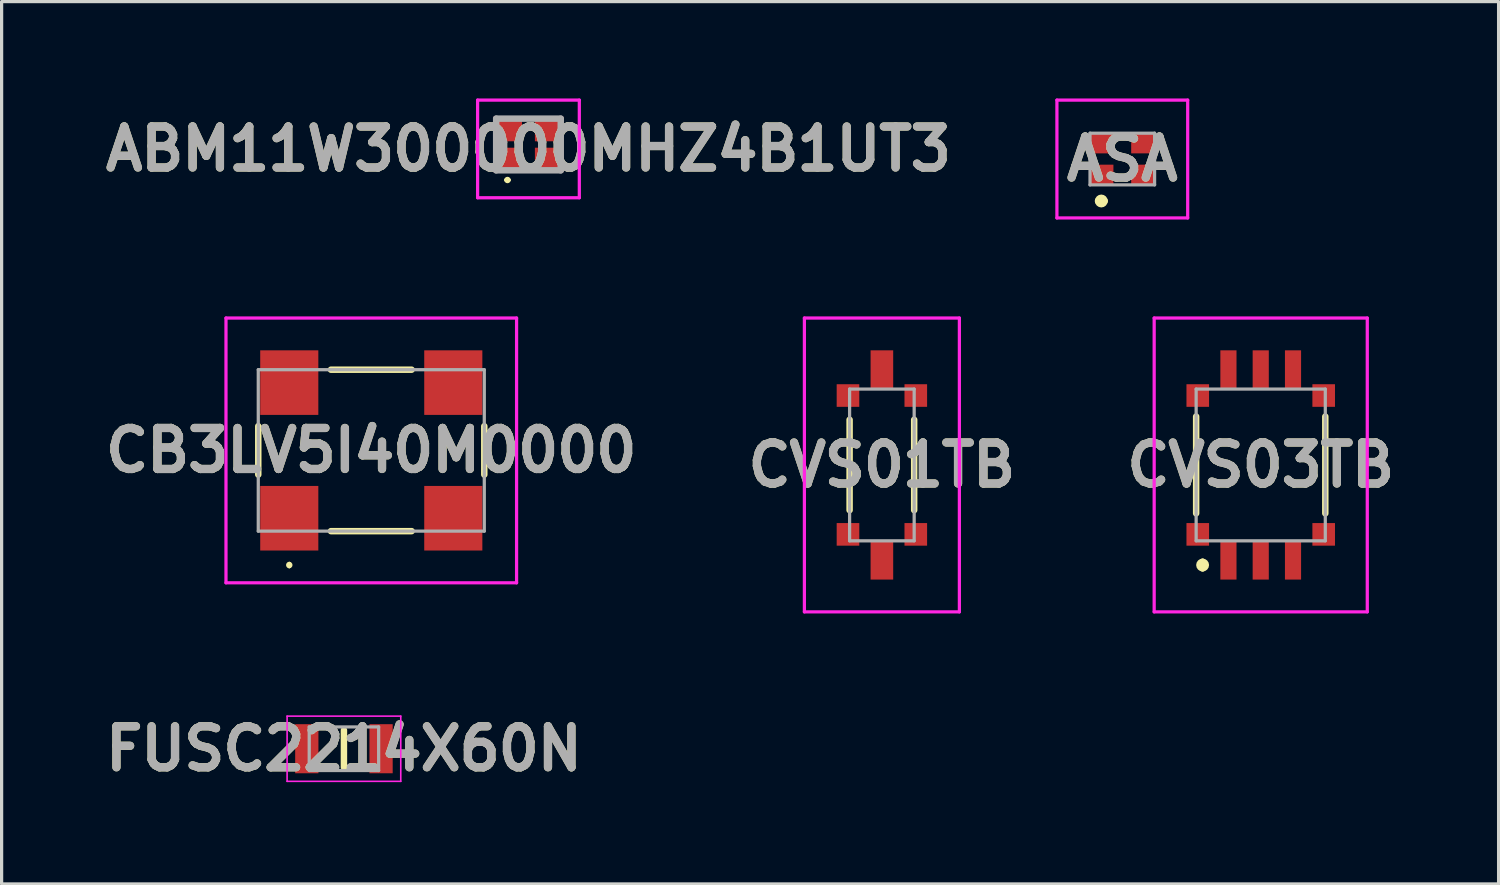
<source format=kicad_pcb>
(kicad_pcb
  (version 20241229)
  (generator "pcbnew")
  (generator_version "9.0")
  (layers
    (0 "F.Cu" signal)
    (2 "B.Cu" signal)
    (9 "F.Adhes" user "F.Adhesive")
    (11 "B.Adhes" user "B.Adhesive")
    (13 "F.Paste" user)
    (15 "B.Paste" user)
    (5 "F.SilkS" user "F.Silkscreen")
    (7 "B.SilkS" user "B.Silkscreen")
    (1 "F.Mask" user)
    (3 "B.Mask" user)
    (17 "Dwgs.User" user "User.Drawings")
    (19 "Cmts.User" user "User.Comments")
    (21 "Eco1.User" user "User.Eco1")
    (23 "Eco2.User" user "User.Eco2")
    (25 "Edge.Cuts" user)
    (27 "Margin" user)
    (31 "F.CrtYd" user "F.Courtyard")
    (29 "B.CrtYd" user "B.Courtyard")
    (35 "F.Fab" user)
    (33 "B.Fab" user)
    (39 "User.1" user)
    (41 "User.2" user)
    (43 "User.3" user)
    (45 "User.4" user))
  (footprint "CB3LV5I40M0000"
    (layer "F.Cu")
    (at 8.449 10.9)
    (property "Reference" "CB3LV5I40M0000" (at 0 0 0) (layer "F.SilkS") (effects (font (size 1.27 1.27) (thickness 0.254))))
    (attr smd)
    (fp_line (start -3.5 -0.75) (end -3.5 0.75) (stroke (width 0.2) (type solid)) (layer "F.SilkS"))
    (fp_line (start -2.54 3.5) (end -2.54 3.5) (stroke (width 0.1) (type solid)) (layer "F.SilkS"))
    (fp_line (start -2.54 3.6) (end -2.54 3.6) (stroke (width 0.1) (type solid)) (layer "F.SilkS"))
    (fp_line (start -1.25 -2.5) (end 1.25 -2.5) (stroke (width 0.2) (type solid)) (layer "F.SilkS"))
    (fp_line (start -1.25 2.5) (end 1.25 2.5) (stroke (width 0.2) (type solid)) (layer "F.SilkS"))
    (fp_line (start 3.5 -0.75) (end 3.5 0.75) (stroke (width 0.2) (type solid)) (layer "F.SilkS"))
    (fp_arc (start -2.54 3.5) (mid -2.49 3.55) (end -2.54 3.6) (stroke (width 0.1) (type solid)) (layer "F.SilkS"))
    (fp_arc (start -2.54 3.6) (mid -2.59 3.55) (end -2.54 3.5) (stroke (width 0.1) (type solid)) (layer "F.SilkS"))
    (fp_line (start -4.5 -4.1) (end 4.5 -4.1) (stroke (width 0.1) (type solid)) (layer "F.CrtYd"))
    (fp_line (start -4.5 4.1) (end -4.5 -4.1) (stroke (width 0.1) (type solid)) (layer "F.CrtYd"))
    (fp_line (start 4.5 -4.1) (end 4.5 4.1) (stroke (width 0.1) (type solid)) (layer "F.CrtYd"))
    (fp_line (start 4.5 4.1) (end -4.5 4.1) (stroke (width 0.1) (type solid)) (layer "F.CrtYd"))
    (fp_line (start -3.5 -2.5) (end 3.5 -2.5) (stroke (width 0.1) (type solid)) (layer "F.Fab"))
    (fp_line (start -3.5 2.5) (end -3.5 -2.5) (stroke (width 0.1) (type solid)) (layer "F.Fab"))
    (fp_line (start 3.5 -2.5) (end 3.5 2.5) (stroke (width 0.1) (type solid)) (layer "F.Fab"))
    (fp_line (start 3.5 2.5) (end -3.5 2.5) (stroke (width 0.1) (type solid)) (layer "F.Fab"))
    (fp_text user "${REFERENCE}" (at 0 0 0) (layer "F.Fab") (effects (font (size 1.27 1.27) (thickness 0.254))))
    (pad "1" smd rect (at -2.54 2.1) (size 1.8 2) (layers "F.Cu" "F.Mask" "F.Paste"))
    (pad "2" smd rect (at 2.54 2.1) (size 1.8 2) (layers "F.Cu" "F.Mask" "F.Paste"))
    (pad "3" smd rect (at 2.54 -2.1) (size 1.8 2) (layers "F.Cu" "F.Mask" "F.Paste"))
    (pad "4" smd rect (at -2.54 -2.1) (size 1.8 2) (layers "F.Cu" "F.Mask" "F.Paste")))
  (footprint "ABM11W300000MHZ4B1UT3"
    (layer "F.Cu")
    (at 13.317 1.425)
    (property "Reference" "ABM11W300000MHZ4B1UT3" (at 0 0.138 0) (layer "F.SilkS") (effects (font (size 1.27 1.27) (thickness 0.254))))
    (attr smd)
    (fp_line (start -0.7 1.1) (end -0.7 1.1) (stroke (width 0.1) (type solid)) (layer "F.SilkS"))
    (fp_line (start -0.6 1.1) (end -0.6 1.1) (stroke (width 0.1) (type solid)) (layer "F.SilkS"))
    (fp_arc (start -0.7 1.1) (mid -0.65 1.05) (end -0.6 1.1) (stroke (width 0.1) (type solid)) (layer "F.SilkS"))
    (fp_arc (start -0.6 1.1) (mid -0.65 1.15) (end -0.7 1.1) (stroke (width 0.1) (type solid)) (layer "F.SilkS"))
    (fp_line (start -1.575 -1.375) (end 1.575 -1.375) (stroke (width 0.1) (type solid)) (layer "F.CrtYd"))
    (fp_line (start -1.575 1.65) (end -1.575 -1.375) (stroke (width 0.1) (type solid)) (layer "F.CrtYd"))
    (fp_line (start 1.575 -1.375) (end 1.575 1.65) (stroke (width 0.1) (type solid)) (layer "F.CrtYd"))
    (fp_line (start 1.575 1.65) (end -1.575 1.65) (stroke (width 0.1) (type solid)) (layer "F.CrtYd"))
    (fp_line (start -1 -0.8) (end 1 -0.8) (stroke (width 0.2) (type solid)) (layer "F.Fab"))
    (fp_line (start -1 0.8) (end -1 -0.8) (stroke (width 0.2) (type solid)) (layer "F.Fab"))
    (fp_line (start 1 -0.8) (end 1 0.8) (stroke (width 0.2) (type solid)) (layer "F.Fab"))
    (fp_line (start 1 0.8) (end -1 0.8) (stroke (width 0.2) (type solid)) (layer "F.Fab"))
    (fp_text user "${REFERENCE}" (at 0 0.138 0) (layer "F.Fab") (effects (font (size 1.27 1.27) (thickness 0.254))))
    (pad "1" smd rect (at -0.638 0.487 90) (size 0.775 0.875) (layers "F.Cu" "F.Mask" "F.Paste"))
    (pad "2" smd rect (at 0.637 0.487 90) (size 0.775 0.875) (layers "F.Cu" "F.Mask" "F.Paste"))
    (pad "3" smd rect (at 0.637 -0.487 90) (size 0.775 0.875) (layers "F.Cu" "F.Mask" "F.Paste"))
    (pad "4" smd rect (at -0.638 -0.487 90) (size 0.775 0.875) (layers "F.Cu" "F.Mask" "F.Paste")))
  (footprint "CVS03TB"
    (layer "F.Cu")
    (at 35.996 11.35)
    (property "Reference" "CVS03TB" (at 0 0 0) (layer "F.SilkS") (effects (font (size 1.27 1.27) (thickness 0.254))))
    (attr smd)
    (fp_line (start -2 1.5) (end -2 -1.5) (stroke (width 0.2) (type solid)) (layer "F.SilkS"))
    (fp_line (start -1.8 3) (end -1.8 3) (stroke (width 0.2) (type solid)) (layer "F.SilkS"))
    (fp_line (start -1.8 3.2) (end -1.8 3.2) (stroke (width 0.2) (type solid)) (layer "F.SilkS"))
    (fp_line (start 2 1.5) (end 2 -1.5) (stroke (width 0.2) (type solid)) (layer "F.SilkS"))
    (fp_arc (start -1.8 3) (mid -1.7 3.1) (end -1.8 3.2) (stroke (width 0.2) (type solid)) (layer "F.SilkS"))
    (fp_arc (start -1.8 3.2) (mid -1.9 3.1) (end -1.8 3) (stroke (width 0.2) (type solid)) (layer "F.SilkS"))
    (fp_line (start -3.3 -4.55) (end 3.3 -4.55) (stroke (width 0.1) (type solid)) (layer "F.CrtYd"))
    (fp_line (start -3.3 4.55) (end -3.3 -4.55) (stroke (width 0.1) (type solid)) (layer "F.CrtYd"))
    (fp_line (start 3.3 -4.55) (end 3.3 4.55) (stroke (width 0.1) (type solid)) (layer "F.CrtYd"))
    (fp_line (start 3.3 4.55) (end -3.3 4.55) (stroke (width 0.1) (type solid)) (layer "F.CrtYd"))
    (fp_line (start -2 -2.35) (end 2 -2.35) (stroke (width 0.1) (type solid)) (layer "F.Fab"))
    (fp_line (start -2 2.35) (end -2 -2.35) (stroke (width 0.1) (type solid)) (layer "F.Fab"))
    (fp_line (start 2 -2.35) (end 2 2.35) (stroke (width 0.1) (type solid)) (layer "F.Fab"))
    (fp_line (start 2 2.35) (end -2 2.35) (stroke (width 0.1) (type solid)) (layer "F.Fab"))
    (fp_text user "${REFERENCE}" (at 0 0 0) (layer "F.Fab") (effects (font (size 1.27 1.27) (thickness 0.254))))
    (pad "A1" smd rect (at -1 2.95) (size 0.5 1.2) (layers "F.Cu" "F.Mask" "F.Paste"))
    (pad "A2" smd rect (at 0 2.95) (size 0.5 1.2) (layers "F.Cu" "F.Mask" "F.Paste"))
    (pad "A3" smd rect (at 1 2.95) (size 0.5 1.2) (layers "F.Cu" "F.Mask" "F.Paste"))
    (pad "B1" smd rect (at -1 -2.95) (size 0.5 1.2) (layers "F.Cu" "F.Mask" "F.Paste"))
    (pad "B2" smd rect (at 0 -2.95) (size 0.5 1.2) (layers "F.Cu" "F.Mask" "F.Paste"))
    (pad "B3" smd rect (at 1 -2.95) (size 0.5 1.2) (layers "F.Cu" "F.Mask" "F.Paste"))
    (pad "MP1" smd rect (at -1.95 -2.15) (size 0.7 0.7) (layers "F.Cu" "F.Mask" "F.Paste"))
    (pad "MP2" smd rect (at -1.95 2.15) (size 0.7 0.7) (layers "F.Cu" "F.Mask" "F.Paste"))
    (pad "MP3" smd rect (at 1.95 2.15) (size 0.7 0.7) (layers "F.Cu" "F.Mask" "F.Paste"))
    (pad "MP4" smd rect (at 1.95 -2.15) (size 0.7 0.7) (layers "F.Cu" "F.Mask" "F.Paste")))
  (footprint "CVS01TB"
    (layer "F.Cu")
    (at 24.263 11.35)
    (property "Reference" "CVS01TB" (at 0 0 0) (layer "F.SilkS") (effects (font (size 1.27 1.27) (thickness 0.254))))
    (attr smd)
    (fp_line (start -1 -1.4) (end -1 1.4) (stroke (width 0.2) (type solid)) (layer "F.SilkS"))
    (fp_line (start 1 1.4) (end 1 -1.4) (stroke (width 0.2) (type solid)) (layer "F.SilkS"))
    (fp_line (start -2.4 -4.55) (end 2.4 -4.55) (stroke (width 0.1) (type solid)) (layer "F.CrtYd"))
    (fp_line (start -2.4 4.55) (end -2.4 -4.55) (stroke (width 0.1) (type solid)) (layer "F.CrtYd"))
    (fp_line (start 2.4 -4.55) (end 2.4 4.55) (stroke (width 0.1) (type solid)) (layer "F.CrtYd"))
    (fp_line (start 2.4 4.55) (end -2.4 4.55) (stroke (width 0.1) (type solid)) (layer "F.CrtYd"))
    (fp_line (start -1 -2.35) (end 1 -2.35) (stroke (width 0.1) (type solid)) (layer "F.Fab"))
    (fp_line (start -1 2.35) (end -1 -2.35) (stroke (width 0.1) (type solid)) (layer "F.Fab"))
    (fp_line (start 1 -2.35) (end 1 2.35) (stroke (width 0.1) (type solid)) (layer "F.Fab"))
    (fp_line (start 1 2.35) (end -1 2.35) (stroke (width 0.1) (type solid)) (layer "F.Fab"))
    (fp_text user "${REFERENCE}" (at 0 0 0) (layer "F.Fab") (effects (font (size 1.27 1.27) (thickness 0.254))))
    (pad "1" smd rect (at 0 2.95) (size 0.7 1.2) (layers "F.Cu" "F.Mask" "F.Paste"))
    (pad "2" smd rect (at 0 -2.95) (size 0.7 1.2) (layers "F.Cu" "F.Mask" "F.Paste"))
    (pad "MP1" smd rect (at -1.05 2.15) (size 0.7 0.7) (layers "F.Cu" "F.Mask" "F.Paste"))
    (pad "MP2" smd rect (at 1.05 2.15) (size 0.7 0.7) (layers "F.Cu" "F.Mask" "F.Paste"))
    (pad "MP3" smd rect (at -1.05 -2.15) (size 0.7 0.7) (layers "F.Cu" "F.Mask" "F.Paste"))
    (pad "MP4" smd rect (at 1.05 -2.15) (size 0.7 0.7) (layers "F.Cu" "F.Mask" "F.Paste")))
  (footprint "FUSC2214X60N"
    (layer "F.Cu")
    (at 7.602 20.139)
    (property "Reference" "FUSC2214X60N" (at 0 0 0) (layer "F.SilkS") (effects (font (size 1.27 1.27) (thickness 0.254))))
    (attr smd)
    (fp_line (start 0 -0.575) (end 0 0.575) (stroke (width 0.2) (type solid)) (layer "F.SilkS"))
    (fp_line (start -1.76 -1.01) (end 1.76 -1.01) (stroke (width 0.05) (type solid)) (layer "F.CrtYd"))
    (fp_line (start -1.76 1.01) (end -1.76 -1.01) (stroke (width 0.05) (type solid)) (layer "F.CrtYd"))
    (fp_line (start 1.76 -1.01) (end 1.76 1.01) (stroke (width 0.05) (type solid)) (layer "F.CrtYd"))
    (fp_line (start 1.76 1.01) (end -1.76 1.01) (stroke (width 0.05) (type solid)) (layer "F.CrtYd"))
    (fp_line (start -1.075 -0.675) (end 1.075 -0.675) (stroke (width 0.1) (type solid)) (layer "F.Fab"))
    (fp_line (start -1.075 0.675) (end -1.075 -0.675) (stroke (width 0.1) (type solid)) (layer "F.Fab"))
    (fp_line (start 1.075 -0.675) (end 1.075 0.675) (stroke (width 0.1) (type solid)) (layer "F.Fab"))
    (fp_line (start 1.075 0.675) (end -1.075 0.675) (stroke (width 0.1) (type solid)) (layer "F.Fab"))
    (fp_text user "${REFERENCE}" (at 0 0 0) (layer "F.Fab") (effects (font (size 1.27 1.27) (thickness 0.254))))
    (pad "1" smd rect (at -1.15 0) (size 0.72 1.52) (layers "F.Cu" "F.Mask" "F.Paste"))
    (pad "2" smd rect (at 1.15 0) (size 0.72 1.52) (layers "F.Cu" "F.Mask" "F.Paste")))
  (footprint "ASA"
    (layer "F.Cu")
    (at 31.709 1.875)
    (property "Reference" "ASA" (at 0 0 0) (layer "F.SilkS") (effects (font (size 1.27 1.27) (thickness 0.254))))
    (attr smd)
    (fp_line (start -0.75 1.3) (end -0.75 1.3) (stroke (width 0.2) (type solid)) (layer "F.SilkS"))
    (fp_line (start -0.55 1.3) (end -0.55 1.3) (stroke (width 0.2) (type solid)) (layer "F.SilkS"))
    (fp_arc (start -0.75 1.3) (mid -0.65 1.2) (end -0.55 1.3) (stroke (width 0.2) (type solid)) (layer "F.SilkS"))
    (fp_arc (start -0.55 1.3) (mid -0.65 1.4) (end -0.75 1.3) (stroke (width 0.2) (type solid)) (layer "F.SilkS"))
    (fp_line (start -2.025 -1.825) (end 2.025 -1.825) (stroke (width 0.1) (type solid)) (layer "F.CrtYd"))
    (fp_line (start -2.025 1.825) (end -2.025 -1.825) (stroke (width 0.1) (type solid)) (layer "F.CrtYd"))
    (fp_line (start 2.025 -1.825) (end 2.025 1.825) (stroke (width 0.1) (type solid)) (layer "F.CrtYd"))
    (fp_line (start 2.025 1.825) (end -2.025 1.825) (stroke (width 0.1) (type solid)) (layer "F.CrtYd"))
    (fp_line (start -1 -0.8) (end 1 -0.8) (stroke (width 0.1) (type solid)) (layer "F.Fab"))
    (fp_line (start -1 0.8) (end -1 -0.8) (stroke (width 0.1) (type solid)) (layer "F.Fab"))
    (fp_line (start 1 -0.8) (end 1 0.8) (stroke (width 0.1) (type solid)) (layer "F.Fab"))
    (fp_line (start 1 0.8) (end -1 0.8) (stroke (width 0.1) (type solid)) (layer "F.Fab"))
    (fp_text user "${REFERENCE}" (at 0 0 0) (layer "F.Fab") (effects (font (size 1.27 1.27) (thickness 0.254))))
    (pad "1" smd rect (at -0.65 0.5 90) (size 0.65 0.75) (layers "F.Cu" "F.Mask" "F.Paste"))
    (pad "2" smd rect (at 0.65 0.5 90) (size 0.65 0.75) (layers "F.Cu" "F.Mask" "F.Paste"))
    (pad "3" smd rect (at 0.65 -0.5 90) (size 0.65 0.75) (layers "F.Cu" "F.Mask" "F.Paste"))
    (pad "4" smd rect (at -0.65 -0.5 90) (size 0.65 0.75) (layers "F.Cu" "F.Mask" "F.Paste")))
  (gr_rect
    (start -3 -3)
    (end 43.363 24.327)
    (stroke (width 0.1) (type default))
    (fill no)
    (layer "Edge.Cuts")))
</source>
